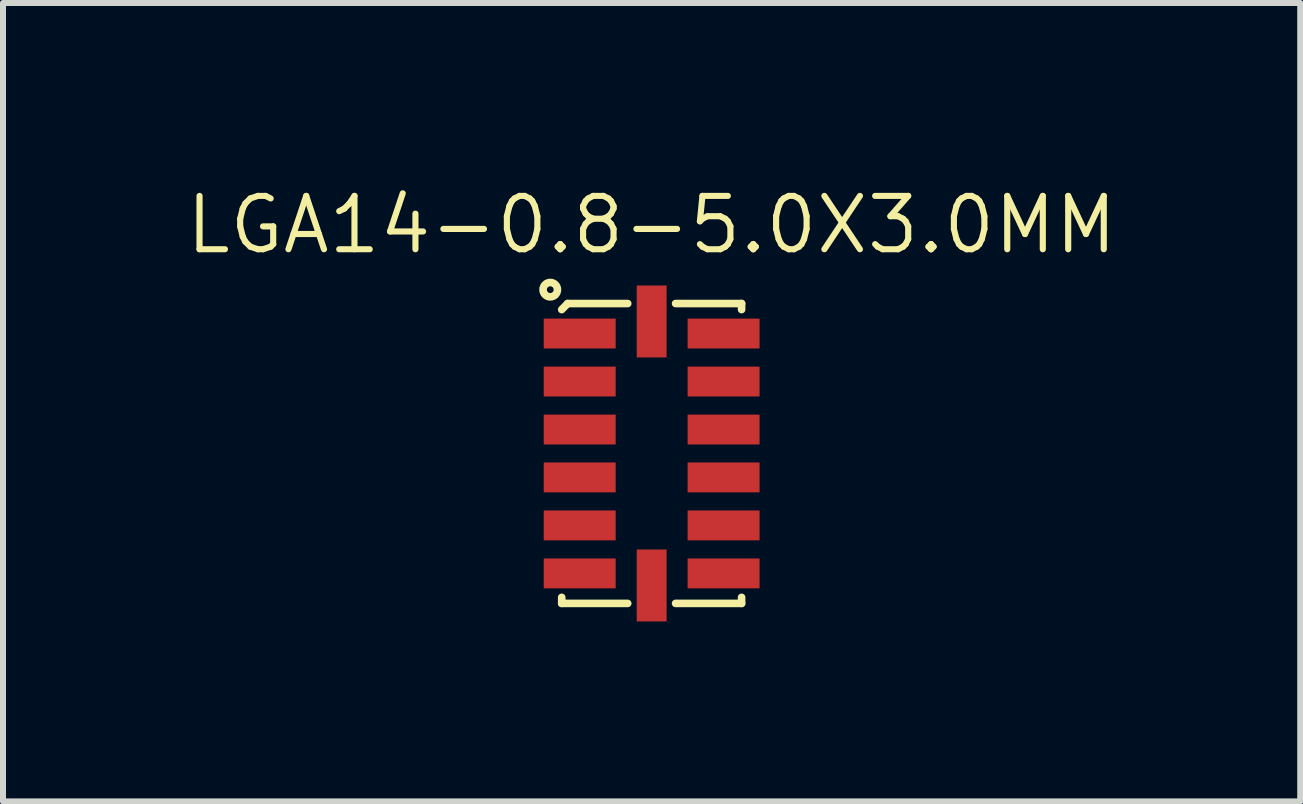
<source format=kicad_pcb>
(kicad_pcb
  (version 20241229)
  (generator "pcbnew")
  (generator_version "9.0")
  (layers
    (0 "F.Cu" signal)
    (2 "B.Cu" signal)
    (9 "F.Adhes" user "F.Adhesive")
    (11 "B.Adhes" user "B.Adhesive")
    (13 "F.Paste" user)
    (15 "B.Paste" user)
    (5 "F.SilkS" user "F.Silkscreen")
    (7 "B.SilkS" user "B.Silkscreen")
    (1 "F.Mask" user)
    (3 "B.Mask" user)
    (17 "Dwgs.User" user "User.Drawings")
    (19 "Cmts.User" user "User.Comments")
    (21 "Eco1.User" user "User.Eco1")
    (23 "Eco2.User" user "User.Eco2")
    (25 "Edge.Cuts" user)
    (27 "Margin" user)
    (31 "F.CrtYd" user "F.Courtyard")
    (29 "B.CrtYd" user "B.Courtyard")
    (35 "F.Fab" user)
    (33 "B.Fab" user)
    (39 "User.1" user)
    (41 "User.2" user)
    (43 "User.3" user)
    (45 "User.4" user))
  (footprint "LGA14-0.8-5.0X3.0MM"
    (layer "F.Cu")
    (at 7.811 4.508)
    (property "Reference" "LGA14-0.8-5.0X3.0MM" (at 0 -3.81 0) (layer "F.SilkS") (effects (font (size 0.889 0.889) (thickness 0.102))))
    (attr smd)
    (fp_line (start -1.499 -2.398) (end -1.4 -2.499) (stroke (width 0.127) (type solid)) (layer "F.SilkS"))
    (fp_line (start -1.499 2.499) (end -1.499 2.398) (stroke (width 0.127) (type solid)) (layer "F.SilkS"))
    (fp_line (start -1.4 -2.499) (end -0.399 -2.499) (stroke (width 0.127) (type solid)) (layer "F.SilkS"))
    (fp_line (start -0.399 2.499) (end -1.499 2.499) (stroke (width 0.127) (type solid)) (layer "F.SilkS"))
    (fp_line (start 0.399 -2.499) (end 1.499 -2.499) (stroke (width 0.127) (type solid)) (layer "F.SilkS"))
    (fp_line (start 0.399 2.499) (end 1.499 2.499) (stroke (width 0.127) (type solid)) (layer "F.SilkS"))
    (fp_line (start 1.499 -2.499) (end 1.499 -2.398) (stroke (width 0.127) (type solid)) (layer "F.SilkS"))
    (fp_line (start 1.499 2.499) (end 1.499 2.398) (stroke (width 0.127) (type solid)) (layer "F.SilkS"))
    (fp_circle (center -1.69 -2.73) (end -1.57 -2.73) (stroke (width 0.127) (type solid)) (fill no) (layer "F.SilkS"))
    (pad "1" smd rect (at -1.199 -1.999) (size 1.199 0.498) (layers "F.Cu" "F.Mask" "F.Paste"))
    (pad "2" smd rect (at -1.199 -1.199) (size 1.199 0.498) (layers "F.Cu" "F.Mask" "F.Paste"))
    (pad "3" smd rect (at -1.199 -0.399) (size 1.199 0.498) (layers "F.Cu" "F.Mask" "F.Paste"))
    (pad "4" smd rect (at -1.199 0.399) (size 1.199 0.498) (layers "F.Cu" "F.Mask" "F.Paste"))
    (pad "5" smd rect (at -1.199 1.199) (size 1.199 0.498) (layers "F.Cu" "F.Mask" "F.Paste"))
    (pad "6" smd rect (at -1.199 1.999) (size 1.199 0.498) (layers "F.Cu" "F.Mask" "F.Paste"))
    (pad "7" smd rect (at 0 2.2 90) (size 1.199 0.498) (layers "F.Cu" "F.Mask" "F.Paste"))
    (pad "8" smd rect (at 1.199 1.999 180) (size 1.199 0.498) (layers "F.Cu" "F.Mask" "F.Paste"))
    (pad "9" smd rect (at 1.199 1.199 180) (size 1.199 0.498) (layers "F.Cu" "F.Mask" "F.Paste"))
    (pad "10" smd rect (at 1.199 0.399 180) (size 1.199 0.498) (layers "F.Cu" "F.Mask" "F.Paste"))
    (pad "11" smd rect (at 1.199 -0.399 180) (size 1.199 0.498) (layers "F.Cu" "F.Mask" "F.Paste"))
    (pad "12" smd rect (at 1.199 -1.199 180) (size 1.199 0.498) (layers "F.Cu" "F.Mask" "F.Paste"))
    (pad "13" smd rect (at 1.199 -1.999 180) (size 1.199 0.498) (layers "F.Cu" "F.Mask" "F.Paste"))
    (pad "14" smd rect (at 0 -2.2 270) (size 1.199 0.498) (layers "F.Cu" "F.Mask" "F.Paste")))
  (gr_rect
    (start -3 -3)
    (end 18.621 10.307)
    (stroke (width 0.1) (type default))
    (fill no)
    (layer "Edge.Cuts")))
</source>
